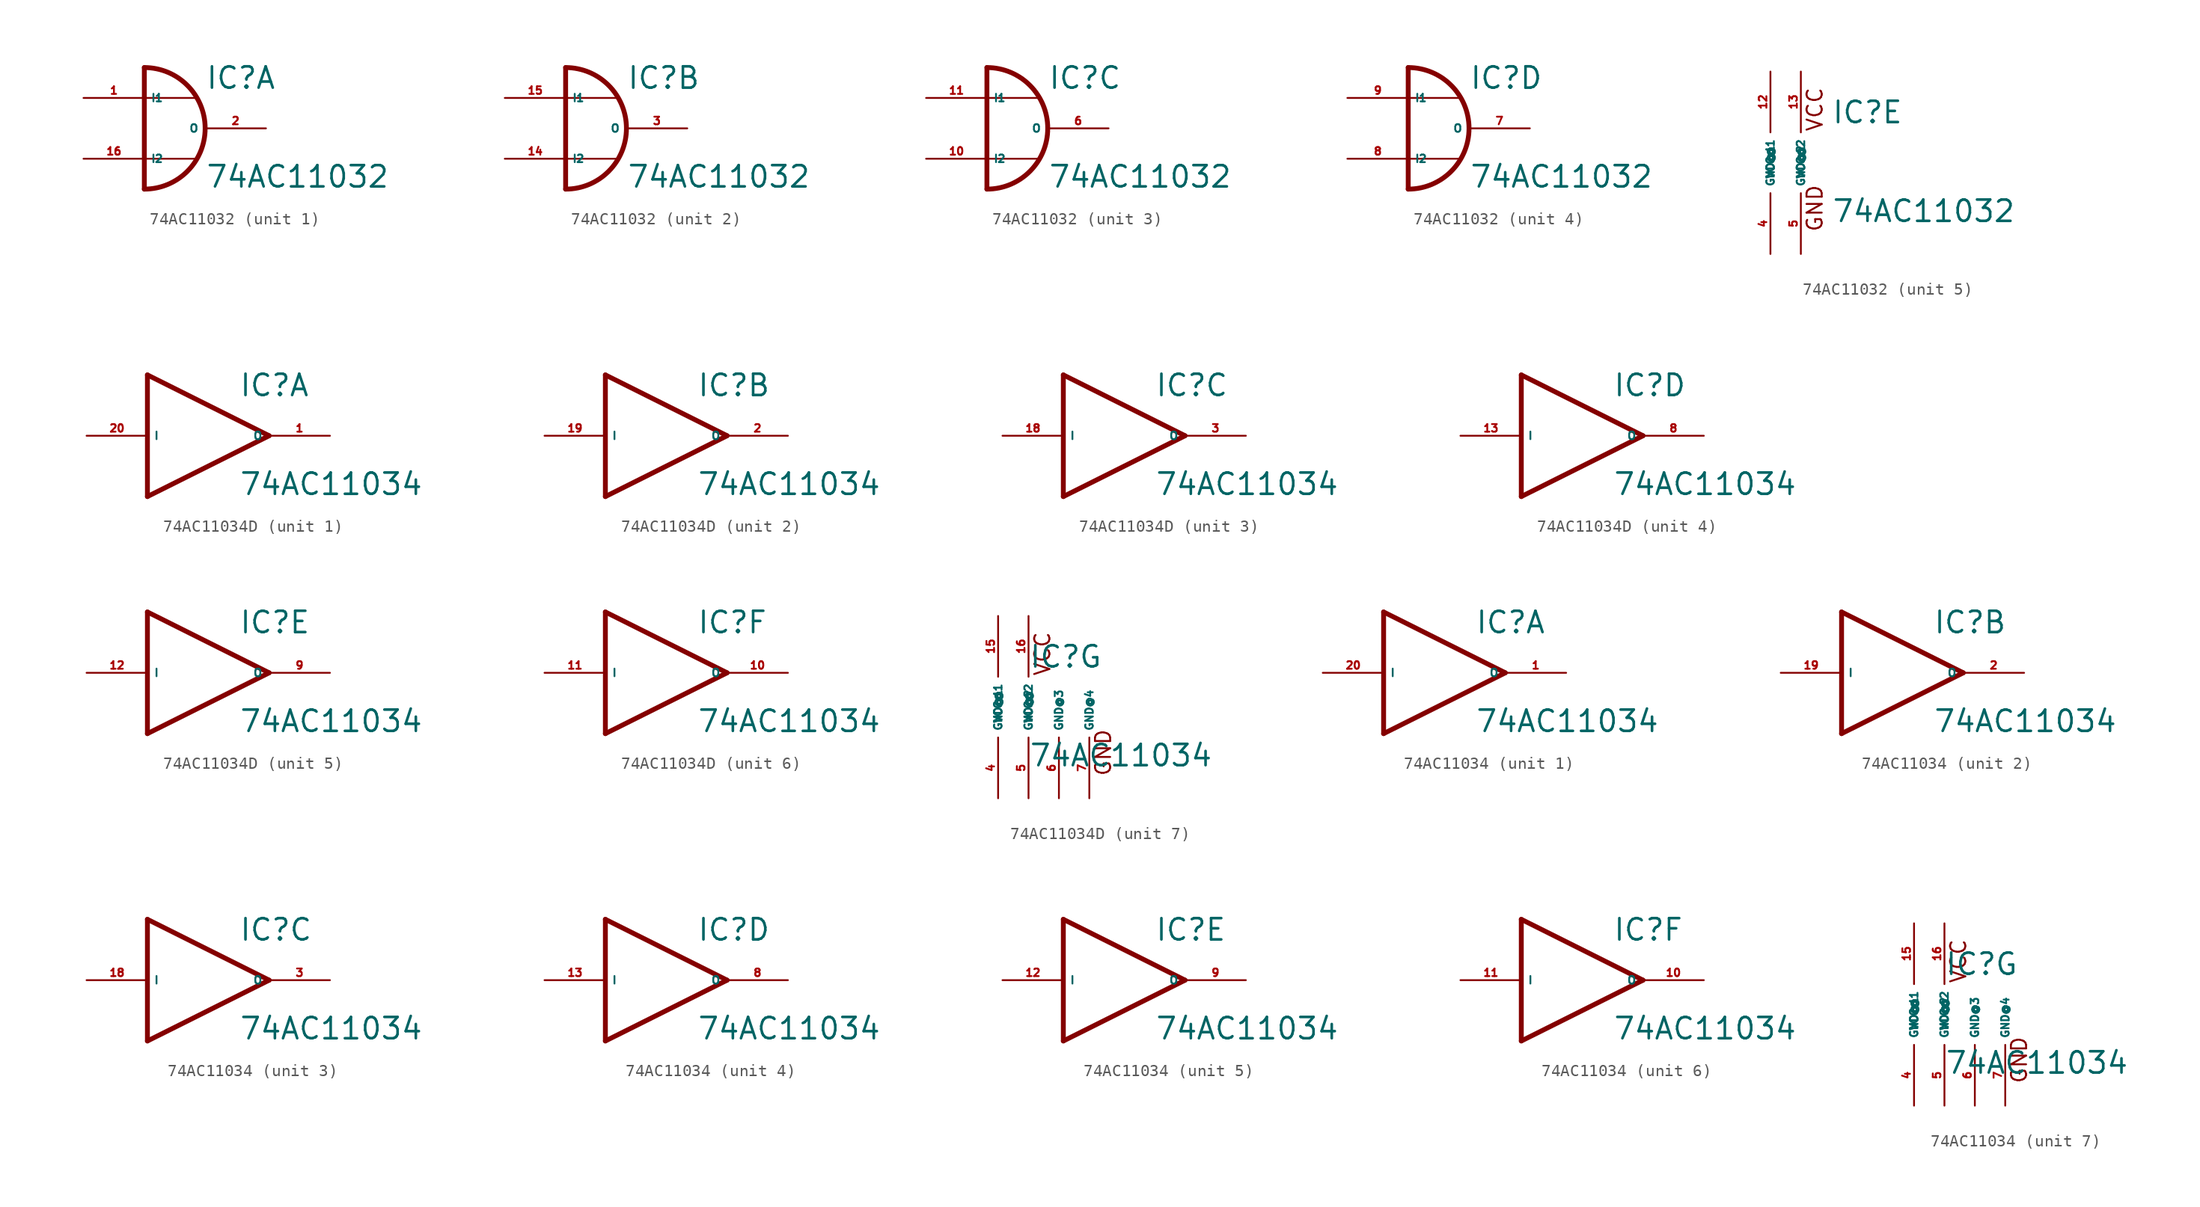
<source format=kicad_sym>
(kicad_symbol_lib
  (version 20220914)
  (generator Eagle2Kicad)
  (symbol "74AC11032"
    (property "Reference" "IC"
      (at 2.54 3.175 0)
      (effects (font (size 1.778 1.778) (thickness 0.22)) (justify left bottom)))
    (property "Value" "74AC11032"
      (at 2.54 -5.08 0)
      (effects (font (size 1.778 1.778) (thickness 0.22)) (justify left bottom)))
    (symbol "74AC11032_1_0"
      (arc (start -2.54 -5.08) (mid 2.540 0.000) (end -2.54 5.08) (stroke (width 0.4064) (type default)) (fill (type none)))
      (polyline (pts (xy -2.54 5.08) (xy -2.54 2.54)) (stroke (width 0.406) (type default)) (fill (type none)))
      (polyline (pts (xy -2.54 2.54) (xy 1.905 2.54)) (stroke (width 0.152) (type default)) (fill (type none)))
      (polyline (pts (xy -2.54 2.54) (xy -2.54 -2.54)) (stroke (width 0.406) (type default)) (fill (type none)))
      (polyline (pts (xy -2.54 -2.54) (xy 1.905 -2.54)) (stroke (width 0.152) (type default)) (fill (type none)))
      (polyline (pts (xy -2.54 -2.54) (xy -2.54 -5.08)) (stroke (width 0.406) (type default)) (fill (type none)))
      (pin input line (at -7.62 2.54 0) (length 5.08) (name "I1" (effects (font (size 0.635 0.635) (thickness 0.08)) (justify left bottom))) (number "1" (effects (font (size 0.635 0.635) (thickness 0.08)) (justify left bottom))))
      (pin output line (at 7.62 0 180) (length 5.08) (name "O" (effects (font (size 0.635 0.635) (thickness 0.08)) (justify left bottom))) (number "2" (effects (font (size 0.635 0.635) (thickness 0.08)) (justify left bottom))))
      (pin input line (at -7.62 -2.54 0) (length 5.08) (name "I2" (effects (font (size 0.635 0.635) (thickness 0.08)) (justify left bottom))) (number "16" (effects (font (size 0.635 0.635) (thickness 0.08)) (justify left bottom)))))
    (symbol "74AC11032_2_0"
      (arc (start -2.54 -5.08) (mid 2.540 0.000) (end -2.54 5.08) (stroke (width 0.4064) (type default)) (fill (type none)))
      (polyline (pts (xy -2.54 5.08) (xy -2.54 2.54)) (stroke (width 0.406) (type default)) (fill (type none)))
      (polyline (pts (xy -2.54 2.54) (xy 1.905 2.54)) (stroke (width 0.152) (type default)) (fill (type none)))
      (polyline (pts (xy -2.54 2.54) (xy -2.54 -2.54)) (stroke (width 0.406) (type default)) (fill (type none)))
      (polyline (pts (xy -2.54 -2.54) (xy 1.905 -2.54)) (stroke (width 0.152) (type default)) (fill (type none)))
      (polyline (pts (xy -2.54 -2.54) (xy -2.54 -5.08)) (stroke (width 0.406) (type default)) (fill (type none)))
      (pin input line (at -7.62 2.54 0) (length 5.08) (name "I1" (effects (font (size 0.635 0.635) (thickness 0.08)) (justify left bottom))) (number "15" (effects (font (size 0.635 0.635) (thickness 0.08)) (justify left bottom))))
      (pin output line (at 7.62 0 180) (length 5.08) (name "O" (effects (font (size 0.635 0.635) (thickness 0.08)) (justify left bottom))) (number "3" (effects (font (size 0.635 0.635) (thickness 0.08)) (justify left bottom))))
      (pin input line (at -7.62 -2.54 0) (length 5.08) (name "I2" (effects (font (size 0.635 0.635) (thickness 0.08)) (justify left bottom))) (number "14" (effects (font (size 0.635 0.635) (thickness 0.08)) (justify left bottom)))))
    (symbol "74AC11032_3_0"
      (arc (start -2.54 -5.08) (mid 2.540 0.000) (end -2.54 5.08) (stroke (width 0.4064) (type default)) (fill (type none)))
      (polyline (pts (xy -2.54 5.08) (xy -2.54 2.54)) (stroke (width 0.406) (type default)) (fill (type none)))
      (polyline (pts (xy -2.54 2.54) (xy 1.905 2.54)) (stroke (width 0.152) (type default)) (fill (type none)))
      (polyline (pts (xy -2.54 2.54) (xy -2.54 -2.54)) (stroke (width 0.406) (type default)) (fill (type none)))
      (polyline (pts (xy -2.54 -2.54) (xy 1.905 -2.54)) (stroke (width 0.152) (type default)) (fill (type none)))
      (polyline (pts (xy -2.54 -2.54) (xy -2.54 -5.08)) (stroke (width 0.406) (type default)) (fill (type none)))
      (pin input line (at -7.62 2.54 0) (length 5.08) (name "I1" (effects (font (size 0.635 0.635) (thickness 0.08)) (justify left bottom))) (number "11" (effects (font (size 0.635 0.635) (thickness 0.08)) (justify left bottom))))
      (pin output line (at 7.62 0 180) (length 5.08) (name "O" (effects (font (size 0.635 0.635) (thickness 0.08)) (justify left bottom))) (number "6" (effects (font (size 0.635 0.635) (thickness 0.08)) (justify left bottom))))
      (pin input line (at -7.62 -2.54 0) (length 5.08) (name "I2" (effects (font (size 0.635 0.635) (thickness 0.08)) (justify left bottom))) (number "10" (effects (font (size 0.635 0.635) (thickness 0.08)) (justify left bottom)))))
    (symbol "74AC11032_4_0"
      (arc (start -2.54 -5.08) (mid 2.540 0.000) (end -2.54 5.08) (stroke (width 0.4064) (type default)) (fill (type none)))
      (polyline (pts (xy -2.54 5.08) (xy -2.54 2.54)) (stroke (width 0.406) (type default)) (fill (type none)))
      (polyline (pts (xy -2.54 2.54) (xy 1.905 2.54)) (stroke (width 0.152) (type default)) (fill (type none)))
      (polyline (pts (xy -2.54 2.54) (xy -2.54 -2.54)) (stroke (width 0.406) (type default)) (fill (type none)))
      (polyline (pts (xy -2.54 -2.54) (xy 1.905 -2.54)) (stroke (width 0.152) (type default)) (fill (type none)))
      (polyline (pts (xy -2.54 -2.54) (xy -2.54 -5.08)) (stroke (width 0.406) (type default)) (fill (type none)))
      (pin input line (at -7.62 2.54 0) (length 5.08) (name "I1" (effects (font (size 0.635 0.635) (thickness 0.08)) (justify left bottom))) (number "9" (effects (font (size 0.635 0.635) (thickness 0.08)) (justify left bottom))))
      (pin output line (at 7.62 0 180) (length 5.08) (name "O" (effects (font (size 0.635 0.635) (thickness 0.08)) (justify left bottom))) (number "7" (effects (font (size 0.635 0.635) (thickness 0.08)) (justify left bottom))))
      (pin input line (at -7.62 -2.54 0) (length 5.08) (name "I2" (effects (font (size 0.635 0.635) (thickness 0.08)) (justify left bottom))) (number "8" (effects (font (size 0.635 0.635) (thickness 0.08)) (justify left bottom)))))
    (symbol "74AC11032_5_0"
      (text "VCC" (at 1.905 2.54 900) (effects (font (size 1.27 1.27) (thickness 0.16)) (justify left bottom)))
      (text "GND" (at 1.905 -5.842 900) (effects (font (size 1.27 1.27) (thickness 0.16)) (justify left bottom)))
      (pin unspecified line (at -2.54 -7.62 90) (length 5.08) (name "GND@1" (effects (font (size 0.635 0.635) (thickness 0.08)) (justify left bottom))) (number "4" (effects (font (size 0.635 0.635) (thickness 0.08)) (justify left bottom))))
      (pin unspecified line (at 0 -7.62 90) (length 5.08) (name "GND@2" (effects (font (size 0.635 0.635) (thickness 0.08)) (justify left bottom))) (number "5" (effects (font (size 0.635 0.635) (thickness 0.08)) (justify left bottom))))
      (pin unspecified line (at -2.54 7.62 270) (length 5.08) (name "VCC@1" (effects (font (size 0.635 0.635) (thickness 0.08)) (justify left bottom))) (number "12" (effects (font (size 0.635 0.635) (thickness 0.08)) (justify left bottom))))
      (pin unspecified line (at 0 7.62 270) (length 5.08) (name "VCC@2" (effects (font (size 0.635 0.635) (thickness 0.08)) (justify left bottom))) (number "13" (effects (font (size 0.635 0.635) (thickness 0.08)) (justify left bottom))))))
  (symbol "74AC11034D"
    (property "Reference" "IC"
      (at 2.54 3.175 0)
      (effects (font (size 1.778 1.778) (thickness 0.22)) (justify left bottom)))
    (property "Value" "74AC11034"
      (at 2.54 -5.08 0)
      (effects (font (size 1.778 1.778) (thickness 0.22)) (justify left bottom)))
    (symbol "74AC11034D_1_0"
      (polyline (pts (xy -5.08 5.08) (xy 5.08 0)) (stroke (width 0.406) (type default)) (fill (type none)))
      (polyline (pts (xy 5.08 0) (xy -5.08 -5.08)) (stroke (width 0.406) (type default)) (fill (type none)))
      (polyline (pts (xy -5.08 -5.08) (xy -5.08 5.08)) (stroke (width 0.406) (type default)) (fill (type none)))
      (pin output line (at 10.16 0 180) (length 5.08) (name "O" (effects (font (size 0.635 0.635) (thickness 0.08)) (justify left bottom))) (number "1" (effects (font (size 0.635 0.635) (thickness 0.08)) (justify left bottom))))
      (pin input line (at -10.16 0 0) (length 5.08) (name "I" (effects (font (size 0.635 0.635) (thickness 0.08)) (justify left bottom))) (number "20" (effects (font (size 0.635 0.635) (thickness 0.08)) (justify left bottom)))))
    (symbol "74AC11034D_2_0"
      (polyline (pts (xy -5.08 5.08) (xy 5.08 0)) (stroke (width 0.406) (type default)) (fill (type none)))
      (polyline (pts (xy 5.08 0) (xy -5.08 -5.08)) (stroke (width 0.406) (type default)) (fill (type none)))
      (polyline (pts (xy -5.08 -5.08) (xy -5.08 5.08)) (stroke (width 0.406) (type default)) (fill (type none)))
      (pin output line (at 10.16 0 180) (length 5.08) (name "O" (effects (font (size 0.635 0.635) (thickness 0.08)) (justify left bottom))) (number "2" (effects (font (size 0.635 0.635) (thickness 0.08)) (justify left bottom))))
      (pin input line (at -10.16 0 0) (length 5.08) (name "I" (effects (font (size 0.635 0.635) (thickness 0.08)) (justify left bottom))) (number "19" (effects (font (size 0.635 0.635) (thickness 0.08)) (justify left bottom)))))
    (symbol "74AC11034D_3_0"
      (polyline (pts (xy -5.08 5.08) (xy 5.08 0)) (stroke (width 0.406) (type default)) (fill (type none)))
      (polyline (pts (xy 5.08 0) (xy -5.08 -5.08)) (stroke (width 0.406) (type default)) (fill (type none)))
      (polyline (pts (xy -5.08 -5.08) (xy -5.08 5.08)) (stroke (width 0.406) (type default)) (fill (type none)))
      (pin output line (at 10.16 0 180) (length 5.08) (name "O" (effects (font (size 0.635 0.635) (thickness 0.08)) (justify left bottom))) (number "3" (effects (font (size 0.635 0.635) (thickness 0.08)) (justify left bottom))))
      (pin input line (at -10.16 0 0) (length 5.08) (name "I" (effects (font (size 0.635 0.635) (thickness 0.08)) (justify left bottom))) (number "18" (effects (font (size 0.635 0.635) (thickness 0.08)) (justify left bottom)))))
    (symbol "74AC11034D_4_0"
      (polyline (pts (xy -5.08 5.08) (xy 5.08 0)) (stroke (width 0.406) (type default)) (fill (type none)))
      (polyline (pts (xy 5.08 0) (xy -5.08 -5.08)) (stroke (width 0.406) (type default)) (fill (type none)))
      (polyline (pts (xy -5.08 -5.08) (xy -5.08 5.08)) (stroke (width 0.406) (type default)) (fill (type none)))
      (pin output line (at 10.16 0 180) (length 5.08) (name "O" (effects (font (size 0.635 0.635) (thickness 0.08)) (justify left bottom))) (number "8" (effects (font (size 0.635 0.635) (thickness 0.08)) (justify left bottom))))
      (pin input line (at -10.16 0 0) (length 5.08) (name "I" (effects (font (size 0.635 0.635) (thickness 0.08)) (justify left bottom))) (number "13" (effects (font (size 0.635 0.635) (thickness 0.08)) (justify left bottom)))))
    (symbol "74AC11034D_5_0"
      (polyline (pts (xy -5.08 5.08) (xy 5.08 0)) (stroke (width 0.406) (type default)) (fill (type none)))
      (polyline (pts (xy 5.08 0) (xy -5.08 -5.08)) (stroke (width 0.406) (type default)) (fill (type none)))
      (polyline (pts (xy -5.08 -5.08) (xy -5.08 5.08)) (stroke (width 0.406) (type default)) (fill (type none)))
      (pin output line (at 10.16 0 180) (length 5.08) (name "O" (effects (font (size 0.635 0.635) (thickness 0.08)) (justify left bottom))) (number "9" (effects (font (size 0.635 0.635) (thickness 0.08)) (justify left bottom))))
      (pin input line (at -10.16 0 0) (length 5.08) (name "I" (effects (font (size 0.635 0.635) (thickness 0.08)) (justify left bottom))) (number "12" (effects (font (size 0.635 0.635) (thickness 0.08)) (justify left bottom)))))
    (symbol "74AC11034D_6_0"
      (polyline (pts (xy -5.08 5.08) (xy 5.08 0)) (stroke (width 0.406) (type default)) (fill (type none)))
      (polyline (pts (xy 5.08 0) (xy -5.08 -5.08)) (stroke (width 0.406) (type default)) (fill (type none)))
      (polyline (pts (xy -5.08 -5.08) (xy -5.08 5.08)) (stroke (width 0.406) (type default)) (fill (type none)))
      (pin output line (at 10.16 0 180) (length 5.08) (name "O" (effects (font (size 0.635 0.635) (thickness 0.08)) (justify left bottom))) (number "10" (effects (font (size 0.635 0.635) (thickness 0.08)) (justify left bottom))))
      (pin input line (at -10.16 0 0) (length 5.08) (name "I" (effects (font (size 0.635 0.635) (thickness 0.08)) (justify left bottom))) (number "11" (effects (font (size 0.635 0.635) (thickness 0.08)) (justify left bottom)))))
    (symbol "74AC11034D_7_0"
      (text "VCC" (at 4.445 2.54 900) (effects (font (size 1.27 1.27) (thickness 0.16)) (justify left bottom)))
      (text "GND" (at 9.525 -5.842 900) (effects (font (size 1.27 1.27) (thickness 0.16)) (justify left bottom)))
      (pin unspecified line (at 0 -7.62 90) (length 5.08) (name "GND@1" (effects (font (size 0.635 0.635) (thickness 0.08)) (justify left bottom))) (number "4" (effects (font (size 0.635 0.635) (thickness 0.08)) (justify left bottom))))
      (pin unspecified line (at 2.54 -7.62 90) (length 5.08) (name "GND@2" (effects (font (size 0.635 0.635) (thickness 0.08)) (justify left bottom))) (number "5" (effects (font (size 0.635 0.635) (thickness 0.08)) (justify left bottom))))
      (pin unspecified line (at 5.08 -7.62 90) (length 5.08) (name "GND@3" (effects (font (size 0.635 0.635) (thickness 0.08)) (justify left bottom))) (number "6" (effects (font (size 0.635 0.635) (thickness 0.08)) (justify left bottom))))
      (pin unspecified line (at 7.62 -7.62 90) (length 5.08) (name "GND@4" (effects (font (size 0.635 0.635) (thickness 0.08)) (justify left bottom))) (number "7" (effects (font (size 0.635 0.635) (thickness 0.08)) (justify left bottom))))
      (pin unspecified line (at 0 7.62 270) (length 5.08) (name "VCC@1" (effects (font (size 0.635 0.635) (thickness 0.08)) (justify left bottom))) (number "15" (effects (font (size 0.635 0.635) (thickness 0.08)) (justify left bottom))))
      (pin unspecified line (at 2.54 7.62 270) (length 5.08) (name "VCC@2" (effects (font (size 0.635 0.635) (thickness 0.08)) (justify left bottom))) (number "16" (effects (font (size 0.635 0.635) (thickness 0.08)) (justify left bottom))))))
  (symbol "74AC11034"
    (property "Reference" "IC"
      (at 2.54 3.175 0)
      (effects (font (size 1.778 1.778) (thickness 0.22)) (justify left bottom)))
    (property "Value" "74AC11034"
      (at 2.54 -5.08 0)
      (effects (font (size 1.778 1.778) (thickness 0.22)) (justify left bottom)))
    (symbol "74AC11034_1_0"
      (polyline (pts (xy -5.08 5.08) (xy 5.08 0)) (stroke (width 0.406) (type default)) (fill (type none)))
      (polyline (pts (xy 5.08 0) (xy -5.08 -5.08)) (stroke (width 0.406) (type default)) (fill (type none)))
      (polyline (pts (xy -5.08 -5.08) (xy -5.08 5.08)) (stroke (width 0.406) (type default)) (fill (type none)))
      (pin output line (at 10.16 0 180) (length 5.08) (name "O" (effects (font (size 0.635 0.635) (thickness 0.08)) (justify left bottom))) (number "1" (effects (font (size 0.635 0.635) (thickness 0.08)) (justify left bottom))))
      (pin input line (at -10.16 0 0) (length 5.08) (name "I" (effects (font (size 0.635 0.635) (thickness 0.08)) (justify left bottom))) (number "20" (effects (font (size 0.635 0.635) (thickness 0.08)) (justify left bottom)))))
    (symbol "74AC11034_2_0"
      (polyline (pts (xy -5.08 5.08) (xy 5.08 0)) (stroke (width 0.406) (type default)) (fill (type none)))
      (polyline (pts (xy 5.08 0) (xy -5.08 -5.08)) (stroke (width 0.406) (type default)) (fill (type none)))
      (polyline (pts (xy -5.08 -5.08) (xy -5.08 5.08)) (stroke (width 0.406) (type default)) (fill (type none)))
      (pin output line (at 10.16 0 180) (length 5.08) (name "O" (effects (font (size 0.635 0.635) (thickness 0.08)) (justify left bottom))) (number "2" (effects (font (size 0.635 0.635) (thickness 0.08)) (justify left bottom))))
      (pin input line (at -10.16 0 0) (length 5.08) (name "I" (effects (font (size 0.635 0.635) (thickness 0.08)) (justify left bottom))) (number "19" (effects (font (size 0.635 0.635) (thickness 0.08)) (justify left bottom)))))
    (symbol "74AC11034_3_0"
      (polyline (pts (xy -5.08 5.08) (xy 5.08 0)) (stroke (width 0.406) (type default)) (fill (type none)))
      (polyline (pts (xy 5.08 0) (xy -5.08 -5.08)) (stroke (width 0.406) (type default)) (fill (type none)))
      (polyline (pts (xy -5.08 -5.08) (xy -5.08 5.08)) (stroke (width 0.406) (type default)) (fill (type none)))
      (pin output line (at 10.16 0 180) (length 5.08) (name "O" (effects (font (size 0.635 0.635) (thickness 0.08)) (justify left bottom))) (number "3" (effects (font (size 0.635 0.635) (thickness 0.08)) (justify left bottom))))
      (pin input line (at -10.16 0 0) (length 5.08) (name "I" (effects (font (size 0.635 0.635) (thickness 0.08)) (justify left bottom))) (number "18" (effects (font (size 0.635 0.635) (thickness 0.08)) (justify left bottom)))))
    (symbol "74AC11034_4_0"
      (polyline (pts (xy -5.08 5.08) (xy 5.08 0)) (stroke (width 0.406) (type default)) (fill (type none)))
      (polyline (pts (xy 5.08 0) (xy -5.08 -5.08)) (stroke (width 0.406) (type default)) (fill (type none)))
      (polyline (pts (xy -5.08 -5.08) (xy -5.08 5.08)) (stroke (width 0.406) (type default)) (fill (type none)))
      (pin output line (at 10.16 0 180) (length 5.08) (name "O" (effects (font (size 0.635 0.635) (thickness 0.08)) (justify left bottom))) (number "8" (effects (font (size 0.635 0.635) (thickness 0.08)) (justify left bottom))))
      (pin input line (at -10.16 0 0) (length 5.08) (name "I" (effects (font (size 0.635 0.635) (thickness 0.08)) (justify left bottom))) (number "13" (effects (font (size 0.635 0.635) (thickness 0.08)) (justify left bottom)))))
    (symbol "74AC11034_5_0"
      (polyline (pts (xy -5.08 5.08) (xy 5.08 0)) (stroke (width 0.406) (type default)) (fill (type none)))
      (polyline (pts (xy 5.08 0) (xy -5.08 -5.08)) (stroke (width 0.406) (type default)) (fill (type none)))
      (polyline (pts (xy -5.08 -5.08) (xy -5.08 5.08)) (stroke (width 0.406) (type default)) (fill (type none)))
      (pin output line (at 10.16 0 180) (length 5.08) (name "O" (effects (font (size 0.635 0.635) (thickness 0.08)) (justify left bottom))) (number "9" (effects (font (size 0.635 0.635) (thickness 0.08)) (justify left bottom))))
      (pin input line (at -10.16 0 0) (length 5.08) (name "I" (effects (font (size 0.635 0.635) (thickness 0.08)) (justify left bottom))) (number "12" (effects (font (size 0.635 0.635) (thickness 0.08)) (justify left bottom)))))
    (symbol "74AC11034_6_0"
      (polyline (pts (xy -5.08 5.08) (xy 5.08 0)) (stroke (width 0.406) (type default)) (fill (type none)))
      (polyline (pts (xy 5.08 0) (xy -5.08 -5.08)) (stroke (width 0.406) (type default)) (fill (type none)))
      (polyline (pts (xy -5.08 -5.08) (xy -5.08 5.08)) (stroke (width 0.406) (type default)) (fill (type none)))
      (pin output line (at 10.16 0 180) (length 5.08) (name "O" (effects (font (size 0.635 0.635) (thickness 0.08)) (justify left bottom))) (number "10" (effects (font (size 0.635 0.635) (thickness 0.08)) (justify left bottom))))
      (pin input line (at -10.16 0 0) (length 5.08) (name "I" (effects (font (size 0.635 0.635) (thickness 0.08)) (justify left bottom))) (number "11" (effects (font (size 0.635 0.635) (thickness 0.08)) (justify left bottom)))))
    (symbol "74AC11034_7_0"
      (text "VCC" (at 4.445 2.54 900) (effects (font (size 1.27 1.27) (thickness 0.16)) (justify left bottom)))
      (text "GND" (at 9.525 -5.842 900) (effects (font (size 1.27 1.27) (thickness 0.16)) (justify left bottom)))
      (pin unspecified line (at 0 -7.62 90) (length 5.08) (name "GND@1" (effects (font (size 0.635 0.635) (thickness 0.08)) (justify left bottom))) (number "4" (effects (font (size 0.635 0.635) (thickness 0.08)) (justify left bottom))))
      (pin unspecified line (at 2.54 -7.62 90) (length 5.08) (name "GND@2" (effects (font (size 0.635 0.635) (thickness 0.08)) (justify left bottom))) (number "5" (effects (font (size 0.635 0.635) (thickness 0.08)) (justify left bottom))))
      (pin unspecified line (at 5.08 -7.62 90) (length 5.08) (name "GND@3" (effects (font (size 0.635 0.635) (thickness 0.08)) (justify left bottom))) (number "6" (effects (font (size 0.635 0.635) (thickness 0.08)) (justify left bottom))))
      (pin unspecified line (at 7.62 -7.62 90) (length 5.08) (name "GND@4" (effects (font (size 0.635 0.635) (thickness 0.08)) (justify left bottom))) (number "7" (effects (font (size 0.635 0.635) (thickness 0.08)) (justify left bottom))))
      (pin unspecified line (at 0 7.62 270) (length 5.08) (name "VCC@1" (effects (font (size 0.635 0.635) (thickness 0.08)) (justify left bottom))) (number "15" (effects (font (size 0.635 0.635) (thickness 0.08)) (justify left bottom))))
      (pin unspecified line (at 2.54 7.62 270) (length 5.08) (name "VCC@2" (effects (font (size 0.635 0.635) (thickness 0.08)) (justify left bottom))) (number "16" (effects (font (size 0.635 0.635) (thickness 0.08)) (justify left bottom)))))))
</source>
